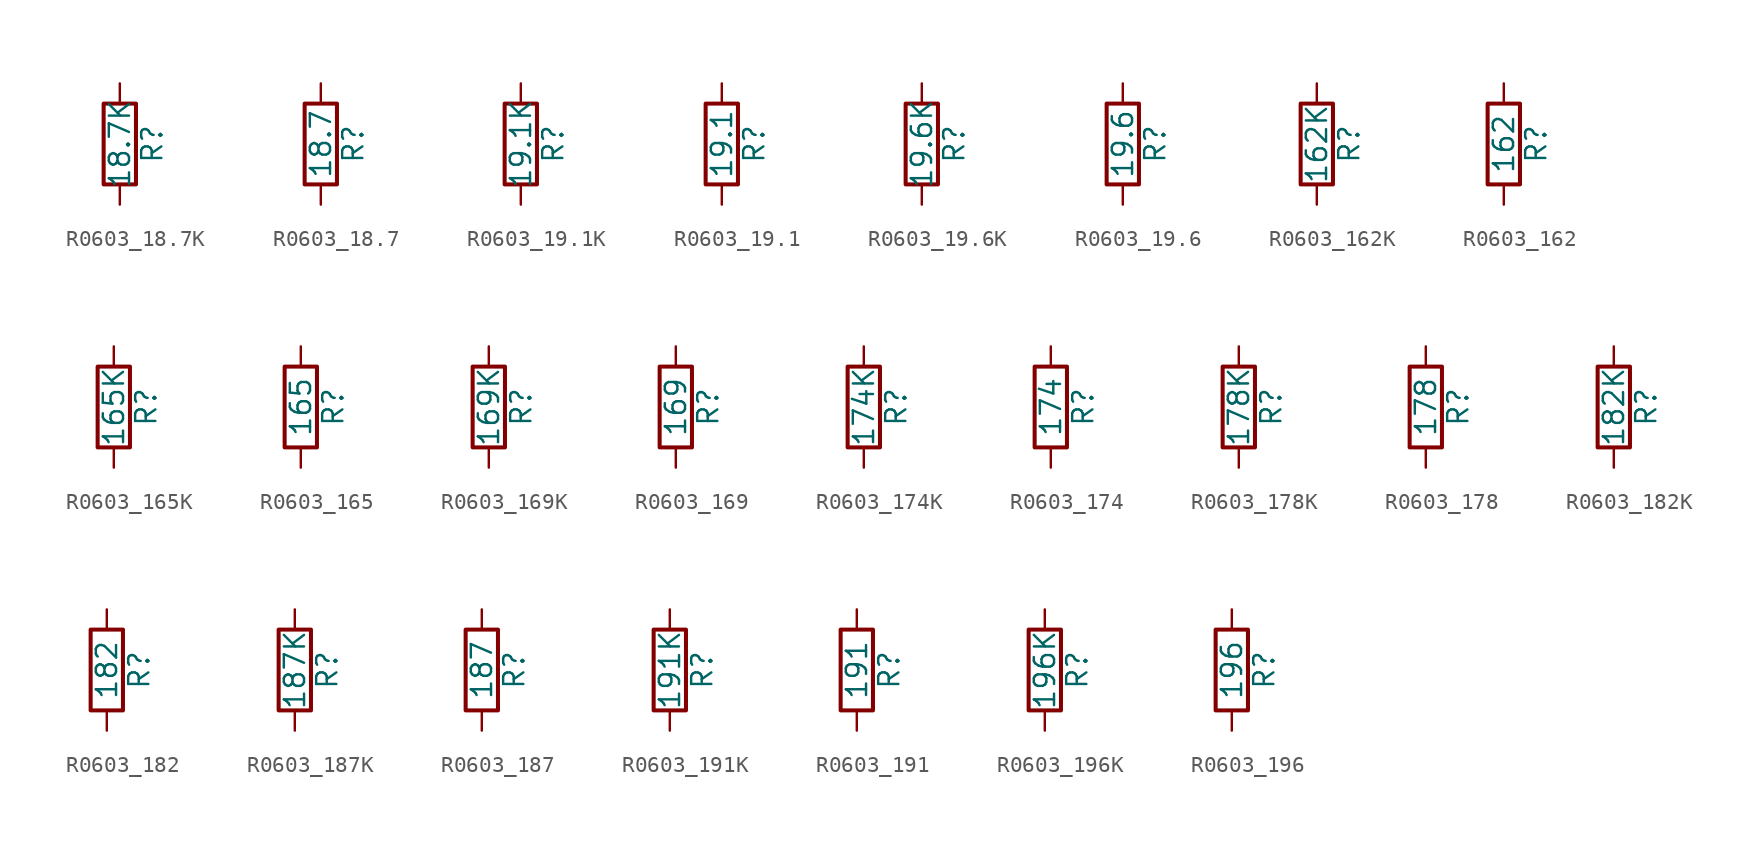
<source format=kicad_sym>
(kicad_symbol_lib
  (version 20211014)
  (generator atlantix-eda)
  (symbol "R0603_18.7K"
    (pin_numbers hide)
    (pin_names
      (offset 0))
    (property "Reference" "R"
      (at 2.032 0 90)
      (effects (font (size 1.27 1.27))))
    (property "Value" "18.7K"
      (at 0 0 90)
      (effects (font (size 1.27 1.27))))
    (symbol "R0603_18.7K_0_1"
      (rectangle (start -1.016 -2.54) (end 1.016 2.54) (stroke (width 0.254) (type default) (color 0 0 0 0)) (fill (type none))))
    (symbol "R0603_18.7K_1_1"
      (pin passive line (at 0 3.81 270) (length 1.27) (name "~" (effects (font (size 1.27 1.27)))) (number "1" (effects (font (size 1.27 1.27)))))
      (pin passive line (at 0 -3.81 90) (length 1.27) (name "~" (effects (font (size 1.27 1.27)))) (number "2" (effects (font (size 1.27 1.27)))))))
  (symbol "R0603_18.7"
    (pin_numbers hide)
    (pin_names
      (offset 0))
    (property "Reference" "R"
      (at 2.032 0 90)
      (effects (font (size 1.27 1.27))))
    (property "Value" "18.7"
      (at 0 0 90)
      (effects (font (size 1.27 1.27))))
    (symbol "R0603_18.7_0_1"
      (rectangle (start -1.016 -2.54) (end 1.016 2.54) (stroke (width 0.254) (type default) (color 0 0 0 0)) (fill (type none))))
    (symbol "R0603_18.7_1_1"
      (pin passive line (at 0 3.81 270) (length 1.27) (name "~" (effects (font (size 1.27 1.27)))) (number "1" (effects (font (size 1.27 1.27)))))
      (pin passive line (at 0 -3.81 90) (length 1.27) (name "~" (effects (font (size 1.27 1.27)))) (number "2" (effects (font (size 1.27 1.27)))))))
  (symbol "R0603_19.1K"
    (pin_numbers hide)
    (pin_names
      (offset 0))
    (property "Reference" "R"
      (at 2.032 0 90)
      (effects (font (size 1.27 1.27))))
    (property "Value" "19.1K"
      (at 0 0 90)
      (effects (font (size 1.27 1.27))))
    (symbol "R0603_19.1K_0_1"
      (rectangle (start -1.016 -2.54) (end 1.016 2.54) (stroke (width 0.254) (type default) (color 0 0 0 0)) (fill (type none))))
    (symbol "R0603_19.1K_1_1"
      (pin passive line (at 0 3.81 270) (length 1.27) (name "~" (effects (font (size 1.27 1.27)))) (number "1" (effects (font (size 1.27 1.27)))))
      (pin passive line (at 0 -3.81 90) (length 1.27) (name "~" (effects (font (size 1.27 1.27)))) (number "2" (effects (font (size 1.27 1.27)))))))
  (symbol "R0603_19.1"
    (pin_numbers hide)
    (pin_names
      (offset 0))
    (property "Reference" "R"
      (at 2.032 0 90)
      (effects (font (size 1.27 1.27))))
    (property "Value" "19.1"
      (at 0 0 90)
      (effects (font (size 1.27 1.27))))
    (symbol "R0603_19.1_0_1"
      (rectangle (start -1.016 -2.54) (end 1.016 2.54) (stroke (width 0.254) (type default) (color 0 0 0 0)) (fill (type none))))
    (symbol "R0603_19.1_1_1"
      (pin passive line (at 0 3.81 270) (length 1.27) (name "~" (effects (font (size 1.27 1.27)))) (number "1" (effects (font (size 1.27 1.27)))))
      (pin passive line (at 0 -3.81 90) (length 1.27) (name "~" (effects (font (size 1.27 1.27)))) (number "2" (effects (font (size 1.27 1.27)))))))
  (symbol "R0603_19.6K"
    (pin_numbers hide)
    (pin_names
      (offset 0))
    (property "Reference" "R"
      (at 2.032 0 90)
      (effects (font (size 1.27 1.27))))
    (property "Value" "19.6K"
      (at 0 0 90)
      (effects (font (size 1.27 1.27))))
    (symbol "R0603_19.6K_0_1"
      (rectangle (start -1.016 -2.54) (end 1.016 2.54) (stroke (width 0.254) (type default) (color 0 0 0 0)) (fill (type none))))
    (symbol "R0603_19.6K_1_1"
      (pin passive line (at 0 3.81 270) (length 1.27) (name "~" (effects (font (size 1.27 1.27)))) (number "1" (effects (font (size 1.27 1.27)))))
      (pin passive line (at 0 -3.81 90) (length 1.27) (name "~" (effects (font (size 1.27 1.27)))) (number "2" (effects (font (size 1.27 1.27)))))))
  (symbol "R0603_19.6"
    (pin_numbers hide)
    (pin_names
      (offset 0))
    (property "Reference" "R"
      (at 2.032 0 90)
      (effects (font (size 1.27 1.27))))
    (property "Value" "19.6"
      (at 0 0 90)
      (effects (font (size 1.27 1.27))))
    (symbol "R0603_19.6_0_1"
      (rectangle (start -1.016 -2.54) (end 1.016 2.54) (stroke (width 0.254) (type default) (color 0 0 0 0)) (fill (type none))))
    (symbol "R0603_19.6_1_1"
      (pin passive line (at 0 3.81 270) (length 1.27) (name "~" (effects (font (size 1.27 1.27)))) (number "1" (effects (font (size 1.27 1.27)))))
      (pin passive line (at 0 -3.81 90) (length 1.27) (name "~" (effects (font (size 1.27 1.27)))) (number "2" (effects (font (size 1.27 1.27)))))))
  (symbol "R0603_162K"
    (pin_numbers hide)
    (pin_names
      (offset 0))
    (property "Reference" "R"
      (at 2.032 0 90)
      (effects (font (size 1.27 1.27))))
    (property "Value" "162K"
      (at 0 0 90)
      (effects (font (size 1.27 1.27))))
    (symbol "R0603_162K_0_1"
      (rectangle (start -1.016 -2.54) (end 1.016 2.54) (stroke (width 0.254) (type default) (color 0 0 0 0)) (fill (type none))))
    (symbol "R0603_162K_1_1"
      (pin passive line (at 0 3.81 270) (length 1.27) (name "~" (effects (font (size 1.27 1.27)))) (number "1" (effects (font (size 1.27 1.27)))))
      (pin passive line (at 0 -3.81 90) (length 1.27) (name "~" (effects (font (size 1.27 1.27)))) (number "2" (effects (font (size 1.27 1.27)))))))
  (symbol "R0603_162"
    (pin_numbers hide)
    (pin_names
      (offset 0))
    (property "Reference" "R"
      (at 2.032 0 90)
      (effects (font (size 1.27 1.27))))
    (property "Value" "162"
      (at 0 0 90)
      (effects (font (size 1.27 1.27))))
    (symbol "R0603_162_0_1"
      (rectangle (start -1.016 -2.54) (end 1.016 2.54) (stroke (width 0.254) (type default) (color 0 0 0 0)) (fill (type none))))
    (symbol "R0603_162_1_1"
      (pin passive line (at 0 3.81 270) (length 1.27) (name "~" (effects (font (size 1.27 1.27)))) (number "1" (effects (font (size 1.27 1.27)))))
      (pin passive line (at 0 -3.81 90) (length 1.27) (name "~" (effects (font (size 1.27 1.27)))) (number "2" (effects (font (size 1.27 1.27)))))))
  (symbol "R0603_165K"
    (pin_numbers hide)
    (pin_names
      (offset 0))
    (property "Reference" "R"
      (at 2.032 0 90)
      (effects (font (size 1.27 1.27))))
    (property "Value" "165K"
      (at 0 0 90)
      (effects (font (size 1.27 1.27))))
    (symbol "R0603_165K_0_1"
      (rectangle (start -1.016 -2.54) (end 1.016 2.54) (stroke (width 0.254) (type default) (color 0 0 0 0)) (fill (type none))))
    (symbol "R0603_165K_1_1"
      (pin passive line (at 0 3.81 270) (length 1.27) (name "~" (effects (font (size 1.27 1.27)))) (number "1" (effects (font (size 1.27 1.27)))))
      (pin passive line (at 0 -3.81 90) (length 1.27) (name "~" (effects (font (size 1.27 1.27)))) (number "2" (effects (font (size 1.27 1.27)))))))
  (symbol "R0603_165"
    (pin_numbers hide)
    (pin_names
      (offset 0))
    (property "Reference" "R"
      (at 2.032 0 90)
      (effects (font (size 1.27 1.27))))
    (property "Value" "165"
      (at 0 0 90)
      (effects (font (size 1.27 1.27))))
    (symbol "R0603_165_0_1"
      (rectangle (start -1.016 -2.54) (end 1.016 2.54) (stroke (width 0.254) (type default) (color 0 0 0 0)) (fill (type none))))
    (symbol "R0603_165_1_1"
      (pin passive line (at 0 3.81 270) (length 1.27) (name "~" (effects (font (size 1.27 1.27)))) (number "1" (effects (font (size 1.27 1.27)))))
      (pin passive line (at 0 -3.81 90) (length 1.27) (name "~" (effects (font (size 1.27 1.27)))) (number "2" (effects (font (size 1.27 1.27)))))))
  (symbol "R0603_169K"
    (pin_numbers hide)
    (pin_names
      (offset 0))
    (property "Reference" "R"
      (at 2.032 0 90)
      (effects (font (size 1.27 1.27))))
    (property "Value" "169K"
      (at 0 0 90)
      (effects (font (size 1.27 1.27))))
    (symbol "R0603_169K_0_1"
      (rectangle (start -1.016 -2.54) (end 1.016 2.54) (stroke (width 0.254) (type default) (color 0 0 0 0)) (fill (type none))))
    (symbol "R0603_169K_1_1"
      (pin passive line (at 0 3.81 270) (length 1.27) (name "~" (effects (font (size 1.27 1.27)))) (number "1" (effects (font (size 1.27 1.27)))))
      (pin passive line (at 0 -3.81 90) (length 1.27) (name "~" (effects (font (size 1.27 1.27)))) (number "2" (effects (font (size 1.27 1.27)))))))
  (symbol "R0603_169"
    (pin_numbers hide)
    (pin_names
      (offset 0))
    (property "Reference" "R"
      (at 2.032 0 90)
      (effects (font (size 1.27 1.27))))
    (property "Value" "169"
      (at 0 0 90)
      (effects (font (size 1.27 1.27))))
    (symbol "R0603_169_0_1"
      (rectangle (start -1.016 -2.54) (end 1.016 2.54) (stroke (width 0.254) (type default) (color 0 0 0 0)) (fill (type none))))
    (symbol "R0603_169_1_1"
      (pin passive line (at 0 3.81 270) (length 1.27) (name "~" (effects (font (size 1.27 1.27)))) (number "1" (effects (font (size 1.27 1.27)))))
      (pin passive line (at 0 -3.81 90) (length 1.27) (name "~" (effects (font (size 1.27 1.27)))) (number "2" (effects (font (size 1.27 1.27)))))))
  (symbol "R0603_174K"
    (pin_numbers hide)
    (pin_names
      (offset 0))
    (property "Reference" "R"
      (at 2.032 0 90)
      (effects (font (size 1.27 1.27))))
    (property "Value" "174K"
      (at 0 0 90)
      (effects (font (size 1.27 1.27))))
    (symbol "R0603_174K_0_1"
      (rectangle (start -1.016 -2.54) (end 1.016 2.54) (stroke (width 0.254) (type default) (color 0 0 0 0)) (fill (type none))))
    (symbol "R0603_174K_1_1"
      (pin passive line (at 0 3.81 270) (length 1.27) (name "~" (effects (font (size 1.27 1.27)))) (number "1" (effects (font (size 1.27 1.27)))))
      (pin passive line (at 0 -3.81 90) (length 1.27) (name "~" (effects (font (size 1.27 1.27)))) (number "2" (effects (font (size 1.27 1.27)))))))
  (symbol "R0603_174"
    (pin_numbers hide)
    (pin_names
      (offset 0))
    (property "Reference" "R"
      (at 2.032 0 90)
      (effects (font (size 1.27 1.27))))
    (property "Value" "174"
      (at 0 0 90)
      (effects (font (size 1.27 1.27))))
    (symbol "R0603_174_0_1"
      (rectangle (start -1.016 -2.54) (end 1.016 2.54) (stroke (width 0.254) (type default) (color 0 0 0 0)) (fill (type none))))
    (symbol "R0603_174_1_1"
      (pin passive line (at 0 3.81 270) (length 1.27) (name "~" (effects (font (size 1.27 1.27)))) (number "1" (effects (font (size 1.27 1.27)))))
      (pin passive line (at 0 -3.81 90) (length 1.27) (name "~" (effects (font (size 1.27 1.27)))) (number "2" (effects (font (size 1.27 1.27)))))))
  (symbol "R0603_178K"
    (pin_numbers hide)
    (pin_names
      (offset 0))
    (property "Reference" "R"
      (at 2.032 0 90)
      (effects (font (size 1.27 1.27))))
    (property "Value" "178K"
      (at 0 0 90)
      (effects (font (size 1.27 1.27))))
    (symbol "R0603_178K_0_1"
      (rectangle (start -1.016 -2.54) (end 1.016 2.54) (stroke (width 0.254) (type default) (color 0 0 0 0)) (fill (type none))))
    (symbol "R0603_178K_1_1"
      (pin passive line (at 0 3.81 270) (length 1.27) (name "~" (effects (font (size 1.27 1.27)))) (number "1" (effects (font (size 1.27 1.27)))))
      (pin passive line (at 0 -3.81 90) (length 1.27) (name "~" (effects (font (size 1.27 1.27)))) (number "2" (effects (font (size 1.27 1.27)))))))
  (symbol "R0603_178"
    (pin_numbers hide)
    (pin_names
      (offset 0))
    (property "Reference" "R"
      (at 2.032 0 90)
      (effects (font (size 1.27 1.27))))
    (property "Value" "178"
      (at 0 0 90)
      (effects (font (size 1.27 1.27))))
    (symbol "R0603_178_0_1"
      (rectangle (start -1.016 -2.54) (end 1.016 2.54) (stroke (width 0.254) (type default) (color 0 0 0 0)) (fill (type none))))
    (symbol "R0603_178_1_1"
      (pin passive line (at 0 3.81 270) (length 1.27) (name "~" (effects (font (size 1.27 1.27)))) (number "1" (effects (font (size 1.27 1.27)))))
      (pin passive line (at 0 -3.81 90) (length 1.27) (name "~" (effects (font (size 1.27 1.27)))) (number "2" (effects (font (size 1.27 1.27)))))))
  (symbol "R0603_182K"
    (pin_numbers hide)
    (pin_names
      (offset 0))
    (property "Reference" "R"
      (at 2.032 0 90)
      (effects (font (size 1.27 1.27))))
    (property "Value" "182K"
      (at 0 0 90)
      (effects (font (size 1.27 1.27))))
    (symbol "R0603_182K_0_1"
      (rectangle (start -1.016 -2.54) (end 1.016 2.54) (stroke (width 0.254) (type default) (color 0 0 0 0)) (fill (type none))))
    (symbol "R0603_182K_1_1"
      (pin passive line (at 0 3.81 270) (length 1.27) (name "~" (effects (font (size 1.27 1.27)))) (number "1" (effects (font (size 1.27 1.27)))))
      (pin passive line (at 0 -3.81 90) (length 1.27) (name "~" (effects (font (size 1.27 1.27)))) (number "2" (effects (font (size 1.27 1.27)))))))
  (symbol "R0603_182"
    (pin_numbers hide)
    (pin_names
      (offset 0))
    (property "Reference" "R"
      (at 2.032 0 90)
      (effects (font (size 1.27 1.27))))
    (property "Value" "182"
      (at 0 0 90)
      (effects (font (size 1.27 1.27))))
    (symbol "R0603_182_0_1"
      (rectangle (start -1.016 -2.54) (end 1.016 2.54) (stroke (width 0.254) (type default) (color 0 0 0 0)) (fill (type none))))
    (symbol "R0603_182_1_1"
      (pin passive line (at 0 3.81 270) (length 1.27) (name "~" (effects (font (size 1.27 1.27)))) (number "1" (effects (font (size 1.27 1.27)))))
      (pin passive line (at 0 -3.81 90) (length 1.27) (name "~" (effects (font (size 1.27 1.27)))) (number "2" (effects (font (size 1.27 1.27)))))))
  (symbol "R0603_187K"
    (pin_numbers hide)
    (pin_names
      (offset 0))
    (property "Reference" "R"
      (at 2.032 0 90)
      (effects (font (size 1.27 1.27))))
    (property "Value" "187K"
      (at 0 0 90)
      (effects (font (size 1.27 1.27))))
    (symbol "R0603_187K_0_1"
      (rectangle (start -1.016 -2.54) (end 1.016 2.54) (stroke (width 0.254) (type default) (color 0 0 0 0)) (fill (type none))))
    (symbol "R0603_187K_1_1"
      (pin passive line (at 0 3.81 270) (length 1.27) (name "~" (effects (font (size 1.27 1.27)))) (number "1" (effects (font (size 1.27 1.27)))))
      (pin passive line (at 0 -3.81 90) (length 1.27) (name "~" (effects (font (size 1.27 1.27)))) (number "2" (effects (font (size 1.27 1.27)))))))
  (symbol "R0603_187"
    (pin_numbers hide)
    (pin_names
      (offset 0))
    (property "Reference" "R"
      (at 2.032 0 90)
      (effects (font (size 1.27 1.27))))
    (property "Value" "187"
      (at 0 0 90)
      (effects (font (size 1.27 1.27))))
    (symbol "R0603_187_0_1"
      (rectangle (start -1.016 -2.54) (end 1.016 2.54) (stroke (width 0.254) (type default) (color 0 0 0 0)) (fill (type none))))
    (symbol "R0603_187_1_1"
      (pin passive line (at 0 3.81 270) (length 1.27) (name "~" (effects (font (size 1.27 1.27)))) (number "1" (effects (font (size 1.27 1.27)))))
      (pin passive line (at 0 -3.81 90) (length 1.27) (name "~" (effects (font (size 1.27 1.27)))) (number "2" (effects (font (size 1.27 1.27)))))))
  (symbol "R0603_191K"
    (pin_numbers hide)
    (pin_names
      (offset 0))
    (property "Reference" "R"
      (at 2.032 0 90)
      (effects (font (size 1.27 1.27))))
    (property "Value" "191K"
      (at 0 0 90)
      (effects (font (size 1.27 1.27))))
    (symbol "R0603_191K_0_1"
      (rectangle (start -1.016 -2.54) (end 1.016 2.54) (stroke (width 0.254) (type default) (color 0 0 0 0)) (fill (type none))))
    (symbol "R0603_191K_1_1"
      (pin passive line (at 0 3.81 270) (length 1.27) (name "~" (effects (font (size 1.27 1.27)))) (number "1" (effects (font (size 1.27 1.27)))))
      (pin passive line (at 0 -3.81 90) (length 1.27) (name "~" (effects (font (size 1.27 1.27)))) (number "2" (effects (font (size 1.27 1.27)))))))
  (symbol "R0603_191"
    (pin_numbers hide)
    (pin_names
      (offset 0))
    (property "Reference" "R"
      (at 2.032 0 90)
      (effects (font (size 1.27 1.27))))
    (property "Value" "191"
      (at 0 0 90)
      (effects (font (size 1.27 1.27))))
    (symbol "R0603_191_0_1"
      (rectangle (start -1.016 -2.54) (end 1.016 2.54) (stroke (width 0.254) (type default) (color 0 0 0 0)) (fill (type none))))
    (symbol "R0603_191_1_1"
      (pin passive line (at 0 3.81 270) (length 1.27) (name "~" (effects (font (size 1.27 1.27)))) (number "1" (effects (font (size 1.27 1.27)))))
      (pin passive line (at 0 -3.81 90) (length 1.27) (name "~" (effects (font (size 1.27 1.27)))) (number "2" (effects (font (size 1.27 1.27)))))))
  (symbol "R0603_196K"
    (pin_numbers hide)
    (pin_names
      (offset 0))
    (property "Reference" "R"
      (at 2.032 0 90)
      (effects (font (size 1.27 1.27))))
    (property "Value" "196K"
      (at 0 0 90)
      (effects (font (size 1.27 1.27))))
    (symbol "R0603_196K_0_1"
      (rectangle (start -1.016 -2.54) (end 1.016 2.54) (stroke (width 0.254) (type default) (color 0 0 0 0)) (fill (type none))))
    (symbol "R0603_196K_1_1"
      (pin passive line (at 0 3.81 270) (length 1.27) (name "~" (effects (font (size 1.27 1.27)))) (number "1" (effects (font (size 1.27 1.27)))))
      (pin passive line (at 0 -3.81 90) (length 1.27) (name "~" (effects (font (size 1.27 1.27)))) (number "2" (effects (font (size 1.27 1.27)))))))
  (symbol "R0603_196"
    (pin_numbers hide)
    (pin_names
      (offset 0))
    (property "Reference" "R"
      (at 2.032 0 90)
      (effects (font (size 1.27 1.27))))
    (property "Value" "196"
      (at 0 0 90)
      (effects (font (size 1.27 1.27))))
    (symbol "R0603_196_0_1"
      (rectangle (start -1.016 -2.54) (end 1.016 2.54) (stroke (width 0.254) (type default) (color 0 0 0 0)) (fill (type none))))
    (symbol "R0603_196_1_1"
      (pin passive line (at 0 3.81 270) (length 1.27) (name "~" (effects (font (size 1.27 1.27)))) (number "1" (effects (font (size 1.27 1.27)))))
      (pin passive line (at 0 -3.81 90) (length 1.27) (name "~" (effects (font (size 1.27 1.27)))) (number "2" (effects (font (size 1.27 1.27))))))))
</source>
